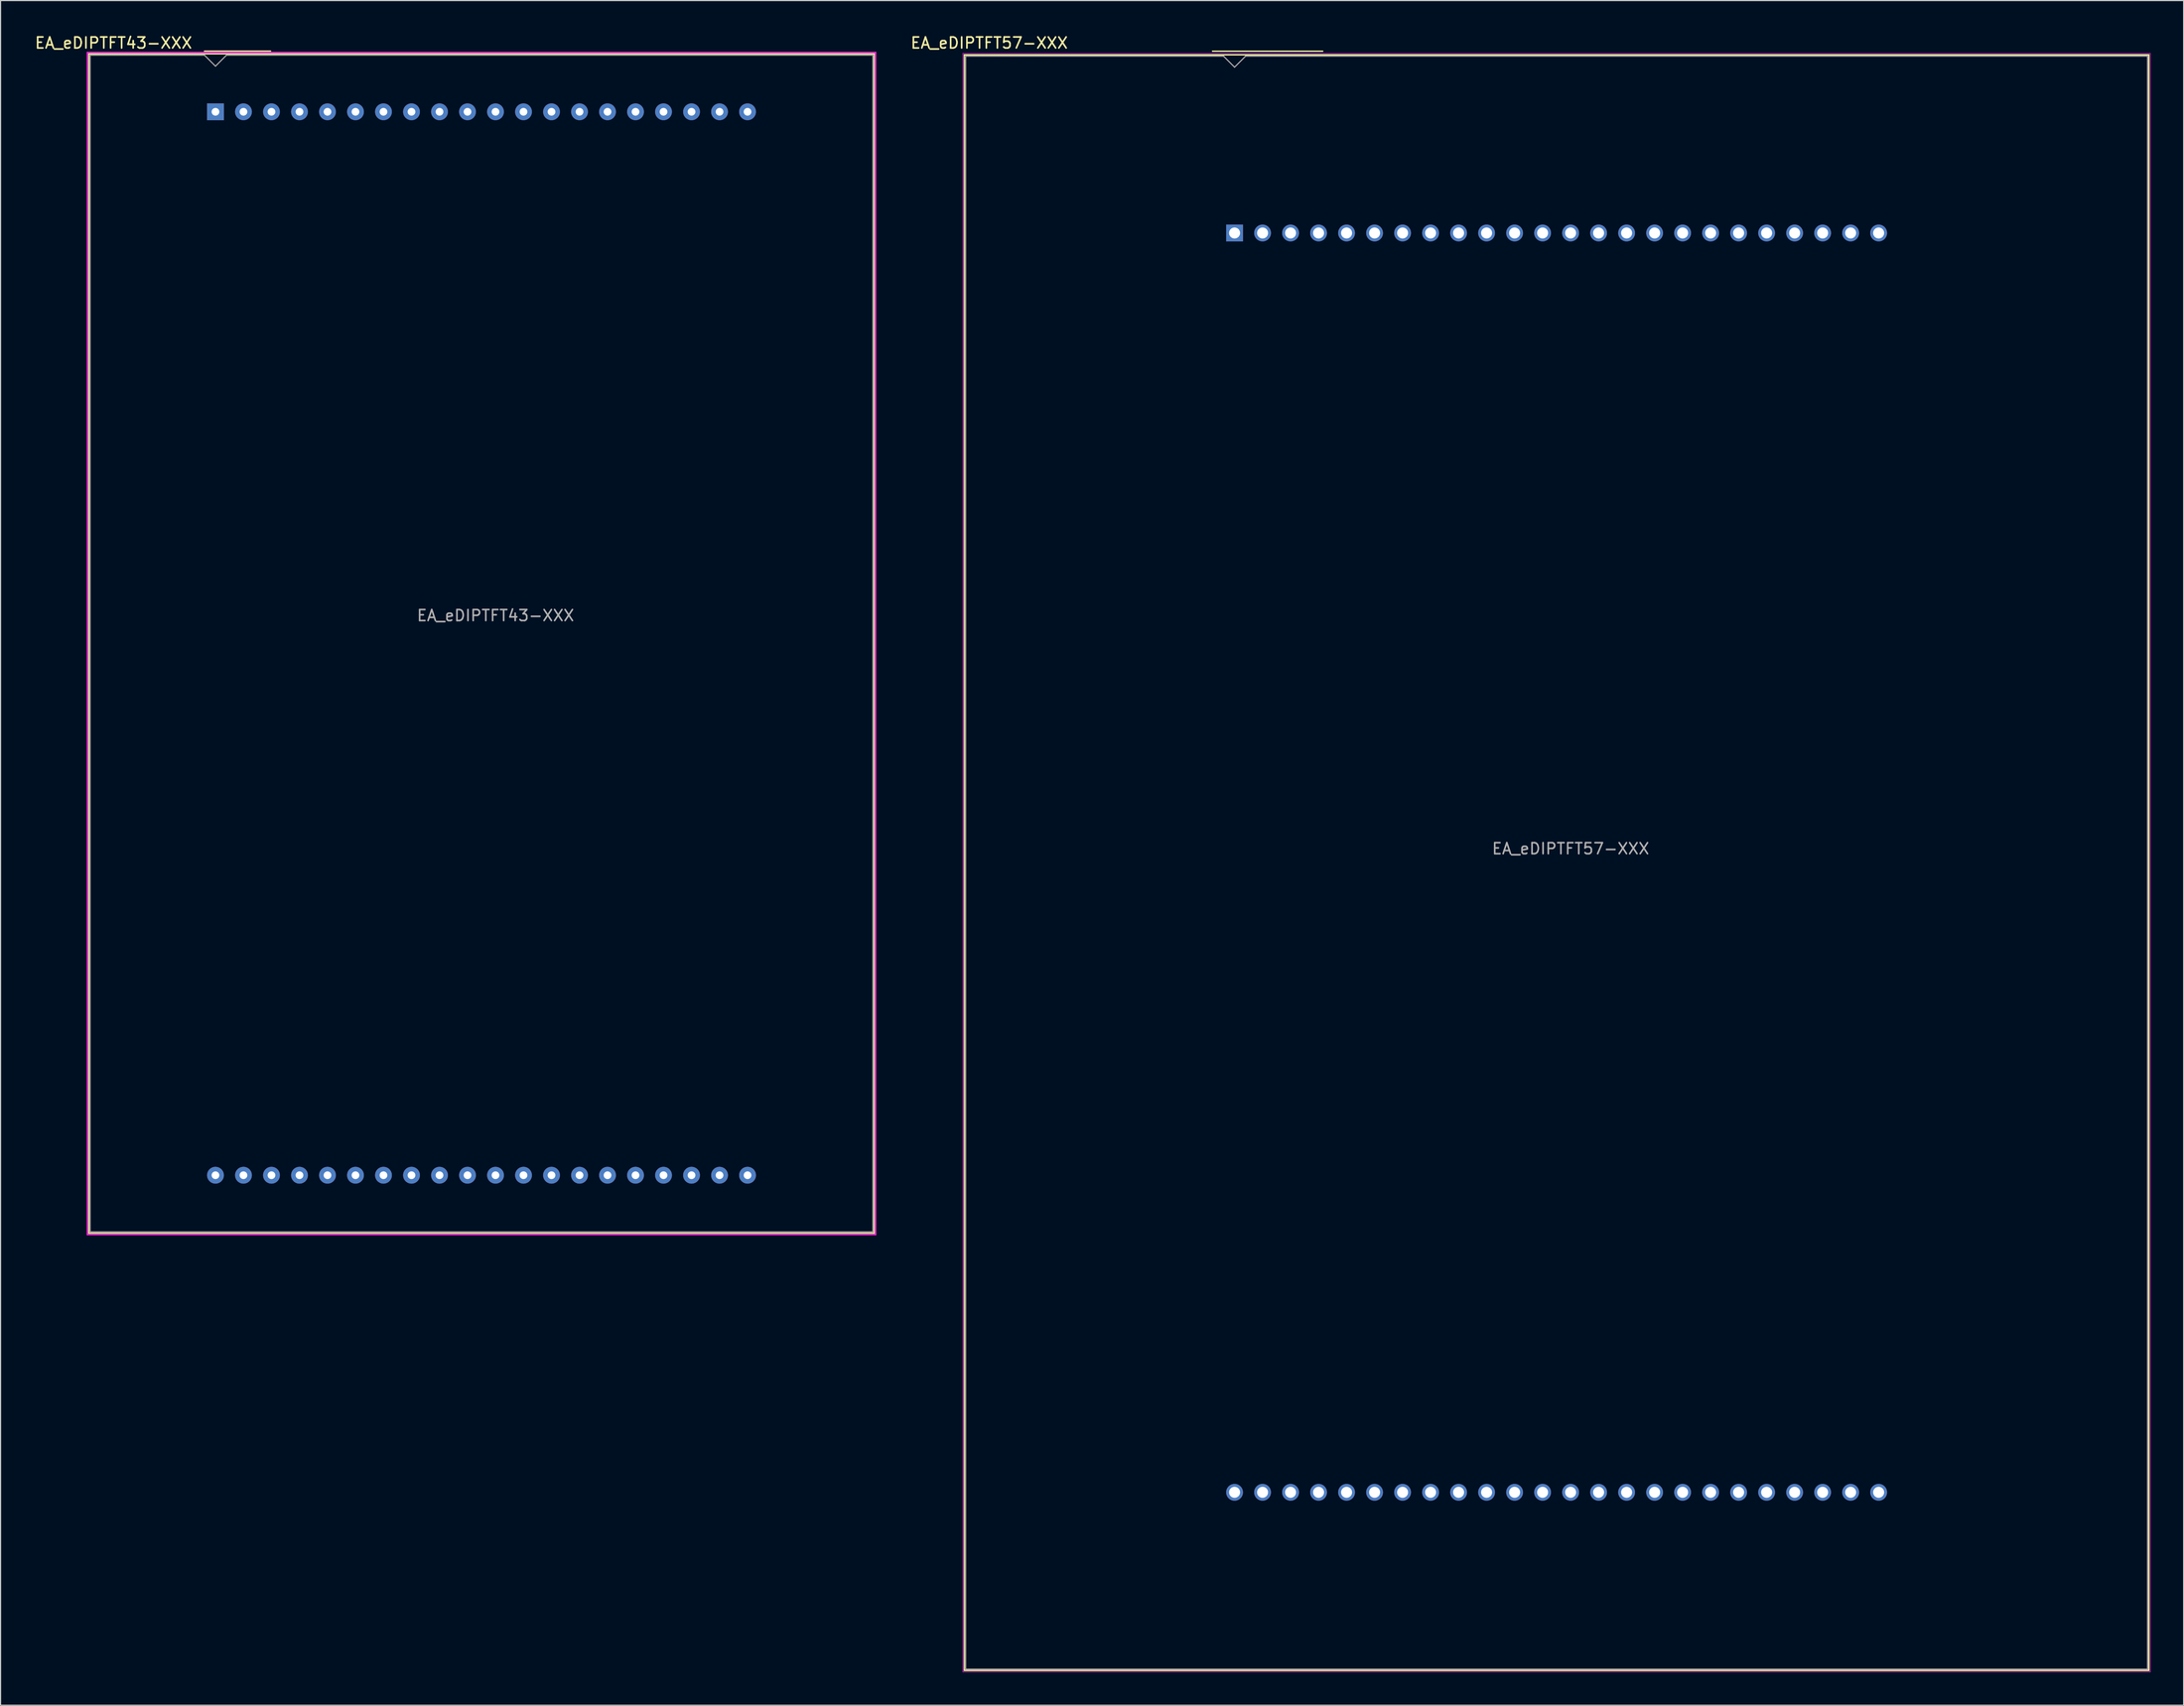
<source format=kicad_pcb>
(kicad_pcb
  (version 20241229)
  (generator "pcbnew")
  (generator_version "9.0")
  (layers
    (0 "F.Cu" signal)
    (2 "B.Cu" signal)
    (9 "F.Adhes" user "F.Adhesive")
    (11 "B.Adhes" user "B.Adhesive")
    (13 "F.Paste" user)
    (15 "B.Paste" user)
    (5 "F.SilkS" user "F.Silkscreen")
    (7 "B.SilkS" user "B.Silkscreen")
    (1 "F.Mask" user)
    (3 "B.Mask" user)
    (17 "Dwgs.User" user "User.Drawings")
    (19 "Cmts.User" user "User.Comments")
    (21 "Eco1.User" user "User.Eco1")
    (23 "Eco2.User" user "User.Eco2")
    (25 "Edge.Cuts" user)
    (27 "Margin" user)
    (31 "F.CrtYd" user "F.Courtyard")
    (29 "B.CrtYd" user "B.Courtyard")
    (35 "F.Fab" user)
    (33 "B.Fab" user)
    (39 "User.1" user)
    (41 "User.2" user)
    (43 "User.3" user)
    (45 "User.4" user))
  (footprint "EA_eDIPTFT57-XXX"
    (layer "F.Cu")
    (at 108.928 18.098)
    (property "Reference" "EA_eDIPTFT57-XXX" (at -22.25 -17.25 0) (layer "F.SilkS") (effects (font (size 1 1) (thickness 0.15))))
    (attr through_hole)
    (fp_line (start -24.51 -16.17) (end 82.93 -16.17) (stroke (width 0.12) (type solid)) (layer "F.SilkS"))
    (fp_line (start -24.51 130.47) (end -24.51 -16.17) (stroke (width 0.12) (type solid)) (layer "F.SilkS"))
    (fp_line (start -2 -16.5) (end 8 -16.5) (stroke (width 0.12) (type solid)) (layer "F.SilkS"))
    (fp_line (start 82.93 -16.17) (end 82.93 130.47) (stroke (width 0.12) (type solid)) (layer "F.SilkS"))
    (fp_line (start 82.93 130.47) (end -24.51 130.47) (stroke (width 0.12) (type solid)) (layer "F.SilkS"))
    (fp_line (start -24.64 -16.3) (end 83.06 -16.3) (stroke (width 0.05) (type solid)) (layer "F.CrtYd"))
    (fp_line (start -24.64 130.6) (end -24.64 -16.3) (stroke (width 0.05) (type solid)) (layer "F.CrtYd"))
    (fp_line (start 83.06 -16.3) (end 83.06 130.6) (stroke (width 0.05) (type solid)) (layer "F.CrtYd"))
    (fp_line (start 83.06 130.6) (end -24.64 130.6) (stroke (width 0.05) (type solid)) (layer "F.CrtYd"))
    (fp_line (start -24.39 -16.05) (end -1 -16.05) (stroke (width 0.1) (type solid)) (layer "F.Fab"))
    (fp_line (start -24.39 130.35) (end -24.39 -16.05) (stroke (width 0.1) (type solid)) (layer "F.Fab"))
    (fp_line (start 0 -15.05) (end -1 -16.05) (stroke (width 0.1) (type solid)) (layer "F.Fab"))
    (fp_line (start 0 -15.05) (end 1 -16.05) (stroke (width 0.1) (type solid)) (layer "F.Fab"))
    (fp_line (start 1 -16.05) (end 82.81 -16.05) (stroke (width 0.1) (type solid)) (layer "F.Fab"))
    (fp_line (start 82.81 -16.05) (end 82.81 130.35) (stroke (width 0.1) (type solid)) (layer "F.Fab"))
    (fp_line (start 82.81 130.35) (end -24.39 130.35) (stroke (width 0.1) (type solid)) (layer "F.Fab"))
    (fp_text user "${REFERENCE}" (at 30.48 55.88 0) (layer "F.Fab") (effects (font (size 1 1) (thickness 0.15))))
    (pad "1" thru_hole rect (at 0 0) (size 1.524 1.524) (drill 1) (layers "*.Cu" "*.Mask"))
    (pad "2" thru_hole circle (at 2.54 0) (size 1.524 1.524) (drill 1) (layers "*.Cu" "*.Mask"))
    (pad "3" thru_hole circle (at 5.08 0) (size 1.524 1.524) (drill 1) (layers "*.Cu" "*.Mask"))
    (pad "4" thru_hole circle (at 7.62 0) (size 1.524 1.524) (drill 1) (layers "*.Cu" "*.Mask"))
    (pad "5" thru_hole circle (at 10.16 0) (size 1.524 1.524) (drill 1) (layers "*.Cu" "*.Mask"))
    (pad "6" thru_hole circle (at 12.7 0) (size 1.524 1.524) (drill 1) (layers "*.Cu" "*.Mask"))
    (pad "7" thru_hole circle (at 15.24 0) (size 1.524 1.524) (drill 1) (layers "*.Cu" "*.Mask"))
    (pad "8" thru_hole circle (at 17.78 0) (size 1.524 1.524) (drill 1) (layers "*.Cu" "*.Mask"))
    (pad "9" thru_hole circle (at 20.32 0) (size 1.524 1.524) (drill 1) (layers "*.Cu" "*.Mask"))
    (pad "10" thru_hole circle (at 22.86 0) (size 1.524 1.524) (drill 1) (layers "*.Cu" "*.Mask"))
    (pad "11" thru_hole circle (at 25.4 0) (size 1.524 1.524) (drill 1) (layers "*.Cu" "*.Mask"))
    (pad "12" thru_hole circle (at 27.94 0) (size 1.524 1.524) (drill 1) (layers "*.Cu" "*.Mask"))
    (pad "13" thru_hole circle (at 30.48 0) (size 1.524 1.524) (drill 1) (layers "*.Cu" "*.Mask"))
    (pad "14" thru_hole circle (at 33.02 0) (size 1.524 1.524) (drill 1) (layers "*.Cu" "*.Mask"))
    (pad "15" thru_hole circle (at 35.56 0) (size 1.524 1.524) (drill 1) (layers "*.Cu" "*.Mask"))
    (pad "16" thru_hole circle (at 38.1 0) (size 1.524 1.524) (drill 1) (layers "*.Cu" "*.Mask"))
    (pad "17" thru_hole circle (at 40.64 0) (size 1.524 1.524) (drill 1) (layers "*.Cu" "*.Mask"))
    (pad "18" thru_hole circle (at 43.18 0) (size 1.524 1.524) (drill 1) (layers "*.Cu" "*.Mask"))
    (pad "19" thru_hole circle (at 45.72 0) (size 1.524 1.524) (drill 1) (layers "*.Cu" "*.Mask"))
    (pad "20" thru_hole circle (at 48.26 0) (size 1.524 1.524) (drill 1) (layers "*.Cu" "*.Mask"))
    (pad "21" thru_hole circle (at 50.8 0) (size 1.524 1.524) (drill 1) (layers "*.Cu" "*.Mask"))
    (pad "22" thru_hole circle (at 53.34 0) (size 1.524 1.524) (drill 1) (layers "*.Cu" "*.Mask"))
    (pad "23" thru_hole circle (at 55.88 0) (size 1.524 1.524) (drill 1) (layers "*.Cu" "*.Mask"))
    (pad "24" thru_hole circle (at 58.42 0) (size 1.524 1.524) (drill 1) (layers "*.Cu" "*.Mask"))
    (pad "25" thru_hole circle (at 58.42 114.3) (size 1.524 1.524) (drill 1) (layers "*.Cu" "*.Mask"))
    (pad "26" thru_hole circle (at 55.88 114.3) (size 1.524 1.524) (drill 1) (layers "*.Cu" "*.Mask"))
    (pad "27" thru_hole circle (at 53.34 114.3) (size 1.524 1.524) (drill 1) (layers "*.Cu" "*.Mask"))
    (pad "28" thru_hole circle (at 50.8 114.3) (size 1.524 1.524) (drill 1) (layers "*.Cu" "*.Mask"))
    (pad "29" thru_hole circle (at 48.26 114.3) (size 1.524 1.524) (drill 1) (layers "*.Cu" "*.Mask"))
    (pad "30" thru_hole circle (at 45.72 114.3) (size 1.524 1.524) (drill 1) (layers "*.Cu" "*.Mask"))
    (pad "31" thru_hole circle (at 43.18 114.3) (size 1.524 1.524) (drill 1) (layers "*.Cu" "*.Mask"))
    (pad "32" thru_hole circle (at 40.64 114.3) (size 1.524 1.524) (drill 1) (layers "*.Cu" "*.Mask"))
    (pad "33" thru_hole circle (at 38.1 114.3) (size 1.524 1.524) (drill 1) (layers "*.Cu" "*.Mask"))
    (pad "34" thru_hole circle (at 35.56 114.3) (size 1.524 1.524) (drill 1) (layers "*.Cu" "*.Mask"))
    (pad "35" thru_hole circle (at 33.02 114.3) (size 1.524 1.524) (drill 1) (layers "*.Cu" "*.Mask"))
    (pad "36" thru_hole circle (at 30.48 114.3) (size 1.524 1.524) (drill 1) (layers "*.Cu" "*.Mask"))
    (pad "37" thru_hole circle (at 27.94 114.3) (size 1.524 1.524) (drill 1) (layers "*.Cu" "*.Mask"))
    (pad "38" thru_hole circle (at 25.4 114.3) (size 1.524 1.524) (drill 1) (layers "*.Cu" "*.Mask"))
    (pad "39" thru_hole circle (at 22.86 114.3) (size 1.524 1.524) (drill 1) (layers "*.Cu" "*.Mask"))
    (pad "40" thru_hole circle (at 20.32 114.3) (size 1.524 1.524) (drill 1) (layers "*.Cu" "*.Mask"))
    (pad "41" thru_hole circle (at 17.78 114.3) (size 1.524 1.524) (drill 1) (layers "*.Cu" "*.Mask"))
    (pad "42" thru_hole circle (at 15.24 114.3) (size 1.524 1.524) (drill 1) (layers "*.Cu" "*.Mask"))
    (pad "43" thru_hole circle (at 12.7 114.3) (size 1.524 1.524) (drill 1) (layers "*.Cu" "*.Mask"))
    (pad "44" thru_hole circle (at 10.16 114.3) (size 1.524 1.524) (drill 1) (layers "*.Cu" "*.Mask"))
    (pad "45" thru_hole circle (at 7.62 114.3) (size 1.524 1.524) (drill 1) (layers "*.Cu" "*.Mask"))
    (pad "46" thru_hole circle (at 5.08 114.3) (size 1.524 1.524) (drill 1) (layers "*.Cu" "*.Mask"))
    (pad "47" thru_hole circle (at 2.54 114.3) (size 1.524 1.524) (drill 1) (layers "*.Cu" "*.Mask"))
    (pad "48" thru_hole circle (at 0 114.3) (size 1.524 1.524) (drill 1) (layers "*.Cu" "*.Mask")))
  (footprint "EA_eDIPTFT43-XXX"
    (layer "F.Cu")
    (at 16.494 7.098)
    (property "Reference" "EA_eDIPTFT43-XXX" (at -9.25 -6.25 0) (layer "F.SilkS") (effects (font (size 1 1) (thickness 0.15))))
    (attr through_hole)
    (fp_line (start -11.49 -5.26) (end 59.75 -5.26) (stroke (width 0.12) (type solid)) (layer "F.SilkS"))
    (fp_line (start -11.49 101.78) (end -11.49 -5.26) (stroke (width 0.12) (type solid)) (layer "F.SilkS"))
    (fp_line (start -1 -5.51) (end 5 -5.51) (stroke (width 0.12) (type solid)) (layer "F.SilkS"))
    (fp_line (start 59.75 -5.26) (end 59.75 101.78) (stroke (width 0.12) (type solid)) (layer "F.SilkS"))
    (fp_line (start 59.75 101.78) (end -11.49 101.78) (stroke (width 0.12) (type solid)) (layer "F.SilkS"))
    (fp_line (start -11.62 -5.39) (end 59.88 -5.39) (stroke (width 0.12) (type solid)) (layer "F.CrtYd"))
    (fp_line (start -11.62 101.91) (end -11.62 -5.39) (stroke (width 0.12) (type solid)) (layer "F.CrtYd"))
    (fp_line (start 59.88 -5.39) (end 59.88 101.91) (stroke (width 0.12) (type solid)) (layer "F.CrtYd"))
    (fp_line (start 59.88 101.91) (end -11.62 101.91) (stroke (width 0.12) (type solid)) (layer "F.CrtYd"))
    (fp_line (start -11.37 -5.14) (end -1 -5.14) (stroke (width 0.1) (type solid)) (layer "F.Fab"))
    (fp_line (start -11.37 101.66) (end -11.37 -5.14) (stroke (width 0.1) (type solid)) (layer "F.Fab"))
    (fp_line (start -1 -5.14) (end 0 -4.14) (stroke (width 0.1) (type solid)) (layer "F.Fab"))
    (fp_line (start 0 -4.14) (end 1 -5.14) (stroke (width 0.1) (type solid)) (layer "F.Fab"))
    (fp_line (start 1 -5.14) (end 59.63 -5.14) (stroke (width 0.1) (type solid)) (layer "F.Fab"))
    (fp_line (start 59.63 -5.14) (end 59.63 101.66) (stroke (width 0.1) (type solid)) (layer "F.Fab"))
    (fp_line (start 59.63 101.66) (end -11.37 101.66) (stroke (width 0.1) (type solid)) (layer "F.Fab"))
    (fp_text user "${REFERENCE}" (at 25.4 45.72 0) (layer "F.Fab") (effects (font (size 1 1) (thickness 0.15))))
    (pad "1" thru_hole rect (at 0 0) (size 1.524 1.524) (drill 0.7) (layers "*.Cu" "*.Mask"))
    (pad "2" thru_hole circle (at 2.54 0) (size 1.524 1.524) (drill 0.7) (layers "*.Cu" "*.Mask"))
    (pad "3" thru_hole circle (at 5.08 0) (size 1.524 1.524) (drill 0.7) (layers "*.Cu" "*.Mask"))
    (pad "4" thru_hole circle (at 7.62 0) (size 1.524 1.524) (drill 0.7) (layers "*.Cu" "*.Mask"))
    (pad "5" thru_hole circle (at 10.16 0) (size 1.524 1.524) (drill 0.7) (layers "*.Cu" "*.Mask"))
    (pad "6" thru_hole circle (at 12.7 0) (size 1.524 1.524) (drill 0.7) (layers "*.Cu" "*.Mask"))
    (pad "7" thru_hole circle (at 15.24 0) (size 1.524 1.524) (drill 0.7) (layers "*.Cu" "*.Mask"))
    (pad "8" thru_hole circle (at 17.78 0) (size 1.524 1.524) (drill 0.7) (layers "*.Cu" "*.Mask"))
    (pad "9" thru_hole circle (at 20.32 0) (size 1.524 1.524) (drill 0.7) (layers "*.Cu" "*.Mask"))
    (pad "10" thru_hole circle (at 22.86 0) (size 1.524 1.524) (drill 0.7) (layers "*.Cu" "*.Mask"))
    (pad "11" thru_hole circle (at 25.4 0) (size 1.524 1.524) (drill 0.7) (layers "*.Cu" "*.Mask"))
    (pad "12" thru_hole circle (at 27.94 0) (size 1.524 1.524) (drill 0.7) (layers "*.Cu" "*.Mask"))
    (pad "13" thru_hole circle (at 30.48 0) (size 1.524 1.524) (drill 0.7) (layers "*.Cu" "*.Mask"))
    (pad "14" thru_hole circle (at 33.02 0) (size 1.524 1.524) (drill 0.7) (layers "*.Cu" "*.Mask"))
    (pad "15" thru_hole circle (at 35.56 0) (size 1.524 1.524) (drill 0.7) (layers "*.Cu" "*.Mask"))
    (pad "16" thru_hole circle (at 38.1 0) (size 1.524 1.524) (drill 0.7) (layers "*.Cu" "*.Mask"))
    (pad "17" thru_hole circle (at 40.64 0) (size 1.524 1.524) (drill 0.7) (layers "*.Cu" "*.Mask"))
    (pad "18" thru_hole circle (at 43.18 0) (size 1.524 1.524) (drill 0.7) (layers "*.Cu" "*.Mask"))
    (pad "19" thru_hole circle (at 45.72 0) (size 1.524 1.524) (drill 0.7) (layers "*.Cu" "*.Mask"))
    (pad "20" thru_hole circle (at 48.26 0) (size 1.524 1.524) (drill 0.7) (layers "*.Cu" "*.Mask"))
    (pad "21" thru_hole circle (at 48.26 96.52) (size 1.524 1.524) (drill 0.7) (layers "*.Cu" "*.Mask"))
    (pad "22" thru_hole circle (at 45.72 96.52) (size 1.524 1.524) (drill 0.7) (layers "*.Cu" "*.Mask"))
    (pad "23" thru_hole circle (at 43.18 96.52) (size 1.524 1.524) (drill 0.7) (layers "*.Cu" "*.Mask"))
    (pad "24" thru_hole circle (at 40.64 96.52) (size 1.524 1.524) (drill 0.7) (layers "*.Cu" "*.Mask"))
    (pad "25" thru_hole circle (at 38.1 96.52) (size 1.524 1.524) (drill 0.7) (layers "*.Cu" "*.Mask"))
    (pad "26" thru_hole circle (at 35.56 96.52) (size 1.524 1.524) (drill 0.7) (layers "*.Cu" "*.Mask"))
    (pad "27" thru_hole circle (at 33.02 96.52) (size 1.524 1.524) (drill 0.7) (layers "*.Cu" "*.Mask"))
    (pad "28" thru_hole circle (at 30.48 96.52) (size 1.524 1.524) (drill 0.7) (layers "*.Cu" "*.Mask"))
    (pad "29" thru_hole circle (at 27.94 96.52) (size 1.524 1.524) (drill 0.7) (layers "*.Cu" "*.Mask"))
    (pad "30" thru_hole circle (at 25.4 96.52) (size 1.524 1.524) (drill 0.7) (layers "*.Cu" "*.Mask"))
    (pad "31" thru_hole circle (at 22.86 96.52) (size 1.524 1.524) (drill 0.7) (layers "*.Cu" "*.Mask"))
    (pad "32" thru_hole circle (at 20.32 96.52) (size 1.524 1.524) (drill 0.7) (layers "*.Cu" "*.Mask"))
    (pad "33" thru_hole circle (at 17.78 96.52) (size 1.524 1.524) (drill 0.7) (layers "*.Cu" "*.Mask"))
    (pad "34" thru_hole circle (at 15.24 96.52) (size 1.524 1.524) (drill 0.7) (layers "*.Cu" "*.Mask"))
    (pad "35" thru_hole circle (at 12.7 96.52) (size 1.524 1.524) (drill 0.7) (layers "*.Cu" "*.Mask"))
    (pad "36" thru_hole circle (at 10.16 96.52) (size 1.524 1.524) (drill 0.7) (layers "*.Cu" "*.Mask"))
    (pad "37" thru_hole circle (at 7.62 96.52) (size 1.524 1.524) (drill 0.7) (layers "*.Cu" "*.Mask"))
    (pad "38" thru_hole circle (at 5.08 96.52) (size 1.524 1.524) (drill 0.7) (layers "*.Cu" "*.Mask"))
    (pad "39" thru_hole circle (at 2.54 96.52) (size 1.524 1.524) (drill 0.7) (layers "*.Cu" "*.Mask"))
    (pad "40" thru_hole circle (at 0 96.52) (size 1.524 1.524) (drill 0.7) (layers "*.Cu" "*.Mask")))
  (gr_rect
    (start -3 -3)
    (end 195.013 151.723)
    (stroke (width 0.1) (type default))
    (fill no)
    (layer "Edge.Cuts")))
</source>
